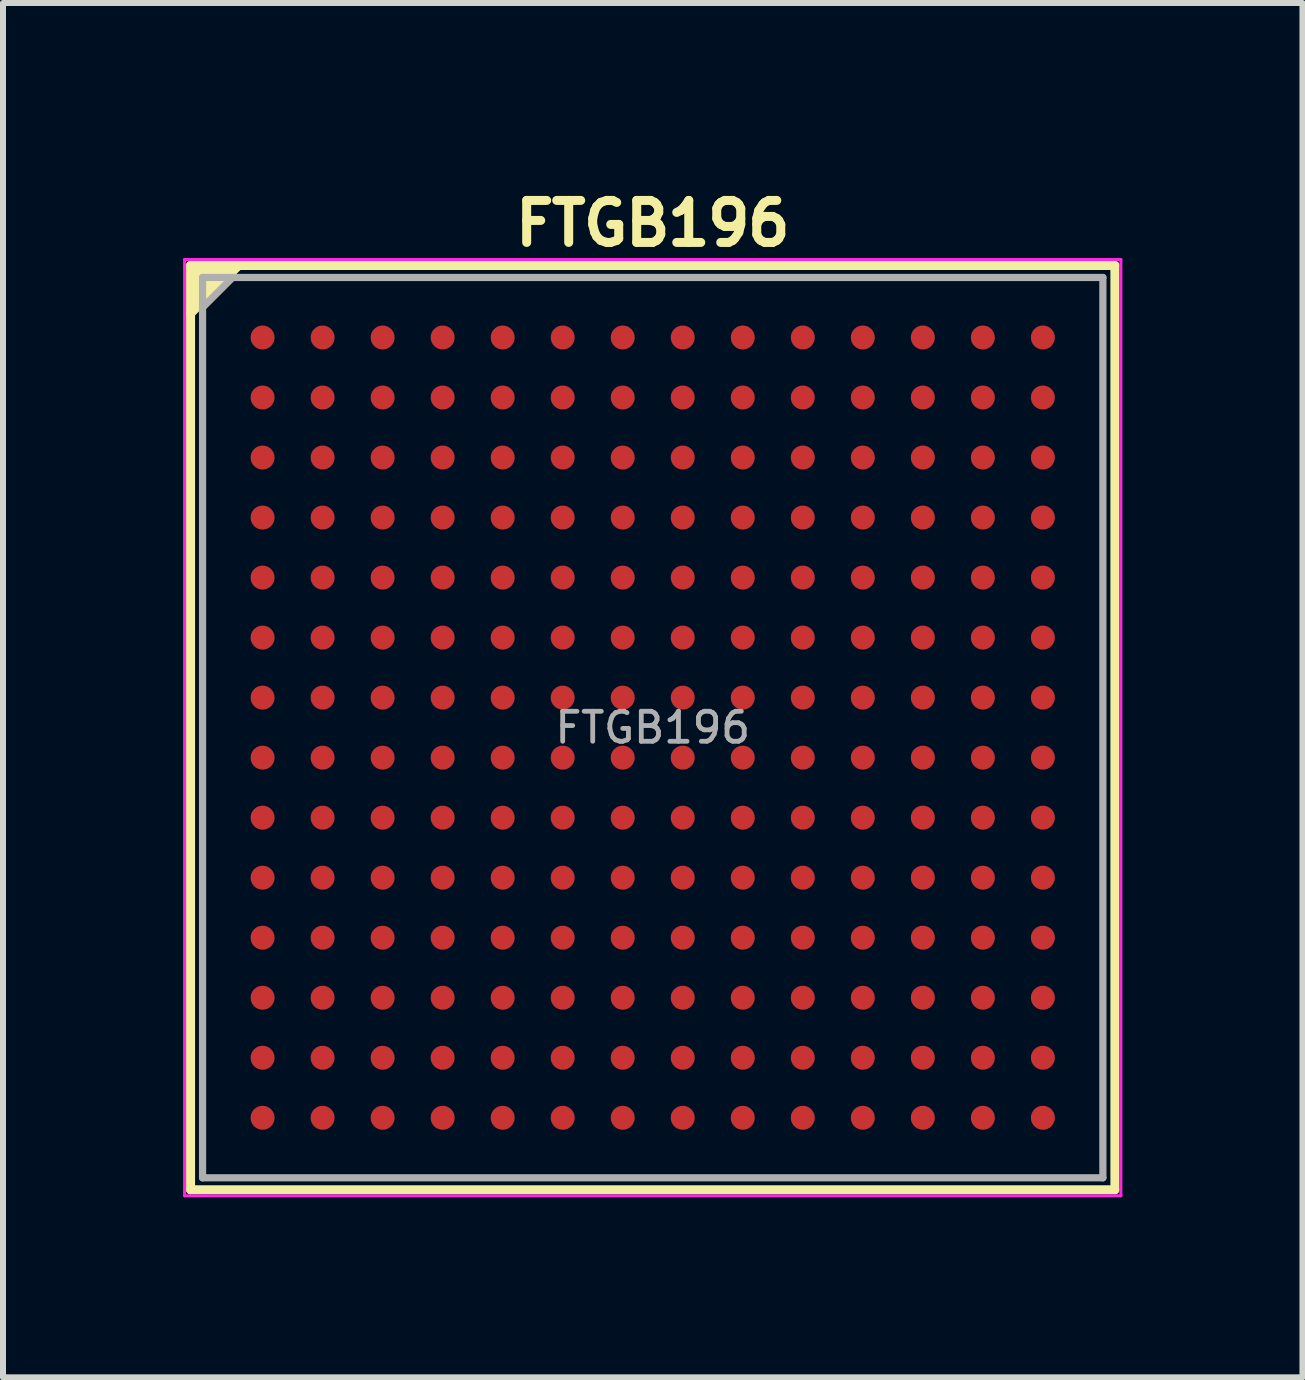
<source format=kicad_pcb>
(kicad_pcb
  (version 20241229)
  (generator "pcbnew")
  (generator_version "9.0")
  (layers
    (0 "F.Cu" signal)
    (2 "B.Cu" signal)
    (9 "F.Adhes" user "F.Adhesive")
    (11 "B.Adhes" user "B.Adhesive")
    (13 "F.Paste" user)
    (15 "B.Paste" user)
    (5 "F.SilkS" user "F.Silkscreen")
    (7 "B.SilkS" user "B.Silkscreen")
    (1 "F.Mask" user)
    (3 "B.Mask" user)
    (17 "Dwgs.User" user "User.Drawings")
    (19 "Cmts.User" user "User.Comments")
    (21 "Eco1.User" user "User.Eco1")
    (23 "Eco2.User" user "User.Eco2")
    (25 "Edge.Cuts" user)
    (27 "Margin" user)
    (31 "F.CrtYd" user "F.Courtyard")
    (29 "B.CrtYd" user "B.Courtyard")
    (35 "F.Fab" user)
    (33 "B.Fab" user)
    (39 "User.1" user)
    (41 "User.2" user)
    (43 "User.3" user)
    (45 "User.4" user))
  (footprint "FTGB196"
    (layer "F.Cu")
    (at 7.825 9.073)
    (property "Reference" "FTGB196" (at 0 -8.4 0) (layer "F.SilkS") (effects (font (size 0.7 0.7) (thickness 0.15))))
    (property "Value" "${VALUE}" (at 0 7.1 0) (layer "F.Fab") (hide yes) (effects (font (size 0.4 0.4) (thickness 0.07))))
    (attr through_hole)
    (fp_line (start -7.7 -7.7) (end -7.7 7.7) (stroke (width 0.15) (type solid)) (layer "F.SilkS"))
    (fp_line (start -7.7 7.7) (end 7.7 7.7) (stroke (width 0.15) (type solid)) (layer "F.SilkS"))
    (fp_line (start -6.9 -7.7) (end -7.7 -6.9) (stroke (width 0.15) (type solid)) (layer "F.SilkS"))
    (fp_line (start 7.7 -7.7) (end -7.7 -7.7) (stroke (width 0.15) (type solid)) (layer "F.SilkS"))
    (fp_line (start 7.7 7.7) (end 7.7 -7.7) (stroke (width 0.15) (type solid)) (layer "F.SilkS"))
    (fp_poly (pts (xy -7.7 -6.9) (xy -6.9 -7.7) (xy -7.7 -7.7)) (stroke (width 0.1) (type solid)) (fill yes) (layer "F.SilkS"))
    (fp_line (start -7.8 -7.8) (end 7.8 -7.8) (stroke (width 0.05) (type solid)) (layer "F.CrtYd"))
    (fp_line (start -7.8 7.8) (end -7.8 -7.8) (stroke (width 0.05) (type solid)) (layer "F.CrtYd"))
    (fp_line (start 7.8 -7.8) (end 7.8 7.8) (stroke (width 0.05) (type solid)) (layer "F.CrtYd"))
    (fp_line (start 7.8 7.8) (end -7.8 7.8) (stroke (width 0.05) (type solid)) (layer "F.CrtYd"))
    (fp_line (start -7.5 -7.5) (end 7.5 -7.5) (stroke (width 0.12) (type solid)) (layer "F.Fab"))
    (fp_line (start -7.5 7.5) (end -7.5 -7.5) (stroke (width 0.12) (type solid)) (layer "F.Fab"))
    (fp_line (start -7 -7.5) (end -7.5 -7) (stroke (width 0.12) (type solid)) (layer "F.Fab"))
    (fp_line (start 7.5 -7.5) (end 7.5 7.5) (stroke (width 0.12) (type solid)) (layer "F.Fab"))
    (fp_line (start 7.5 7.5) (end -7.5 7.5) (stroke (width 0.12) (type solid)) (layer "F.Fab"))
    (fp_poly (pts (xy -7.5 -7) (xy -7.5 -7.5) (xy -7 -7.5)) (stroke (width 0.1) (type solid)) (fill no) (layer "F.Fab"))
    (fp_text user "${REFERENCE}" (at 0 0 0) (layer "F.Fab") (effects (font (size 0.5 0.5) (thickness 0.08))))
    (pad "A1" smd circle (at -6.5 -6.5) (size 0.4 0.4) (layers "F.Cu" "F.Mask" "F.Paste"))
    (pad "A2" smd circle (at -5.5 -6.5) (size 0.4 0.4) (layers "F.Cu" "F.Mask" "F.Paste"))
    (pad "A3" smd circle (at -4.5 -6.5) (size 0.4 0.4) (layers "F.Cu" "F.Mask" "F.Paste"))
    (pad "A4" smd circle (at -3.5 -6.5) (size 0.4 0.4) (layers "F.Cu" "F.Mask" "F.Paste"))
    (pad "A5" smd circle (at -2.5 -6.5) (size 0.4 0.4) (layers "F.Cu" "F.Mask" "F.Paste"))
    (pad "A6" smd circle (at -1.5 -6.5) (size 0.4 0.4) (layers "F.Cu" "F.Mask" "F.Paste"))
    (pad "A7" smd circle (at -0.5 -6.5) (size 0.4 0.4) (layers "F.Cu" "F.Mask" "F.Paste"))
    (pad "A8" smd circle (at 0.5 -6.5) (size 0.4 0.4) (layers "F.Cu" "F.Mask" "F.Paste"))
    (pad "A9" smd circle (at 1.5 -6.5) (size 0.4 0.4) (layers "F.Cu" "F.Mask" "F.Paste"))
    (pad "A10" smd circle (at 2.5 -6.5) (size 0.4 0.4) (layers "F.Cu" "F.Mask" "F.Paste"))
    (pad "A11" smd circle (at 3.5 -6.5) (size 0.4 0.4) (layers "F.Cu" "F.Mask" "F.Paste"))
    (pad "A12" smd circle (at 4.5 -6.5) (size 0.4 0.4) (layers "F.Cu" "F.Mask" "F.Paste"))
    (pad "A13" smd circle (at 5.5 -6.5) (size 0.4 0.4) (layers "F.Cu" "F.Mask" "F.Paste"))
    (pad "A14" smd circle (at 6.5 -6.5) (size 0.4 0.4) (layers "F.Cu" "F.Mask" "F.Paste"))
    (pad "B1" smd circle (at -6.5 -5.5) (size 0.4 0.4) (layers "F.Cu" "F.Mask" "F.Paste"))
    (pad "B2" smd circle (at -5.5 -5.5) (size 0.4 0.4) (layers "F.Cu" "F.Mask" "F.Paste"))
    (pad "B3" smd circle (at -4.5 -5.5) (size 0.4 0.4) (layers "F.Cu" "F.Mask" "F.Paste"))
    (pad "B4" smd circle (at -3.5 -5.5) (size 0.4 0.4) (layers "F.Cu" "F.Mask" "F.Paste"))
    (pad "B5" smd circle (at -2.5 -5.5) (size 0.4 0.4) (layers "F.Cu" "F.Mask" "F.Paste"))
    (pad "B6" smd circle (at -1.5 -5.5) (size 0.4 0.4) (layers "F.Cu" "F.Mask" "F.Paste"))
    (pad "B7" smd circle (at -0.5 -5.5) (size 0.4 0.4) (layers "F.Cu" "F.Mask" "F.Paste"))
    (pad "B8" smd circle (at 0.5 -5.5) (size 0.4 0.4) (layers "F.Cu" "F.Mask" "F.Paste"))
    (pad "B9" smd circle (at 1.5 -5.5) (size 0.4 0.4) (layers "F.Cu" "F.Mask" "F.Paste"))
    (pad "B10" smd circle (at 2.5 -5.5) (size 0.4 0.4) (layers "F.Cu" "F.Mask" "F.Paste"))
    (pad "B11" smd circle (at 3.5 -5.5) (size 0.4 0.4) (layers "F.Cu" "F.Mask" "F.Paste"))
    (pad "B12" smd circle (at 4.5 -5.5) (size 0.4 0.4) (layers "F.Cu" "F.Mask" "F.Paste"))
    (pad "B13" smd circle (at 5.5 -5.5) (size 0.4 0.4) (layers "F.Cu" "F.Mask" "F.Paste"))
    (pad "B14" smd circle (at 6.5 -5.5) (size 0.4 0.4) (layers "F.Cu" "F.Mask" "F.Paste"))
    (pad "C1" smd circle (at -6.5 -4.5) (size 0.4 0.4) (layers "F.Cu" "F.Mask" "F.Paste"))
    (pad "C2" smd circle (at -5.5 -4.5) (size 0.4 0.4) (layers "F.Cu" "F.Mask" "F.Paste"))
    (pad "C3" smd circle (at -4.5 -4.5) (size 0.4 0.4) (layers "F.Cu" "F.Mask" "F.Paste"))
    (pad "C4" smd circle (at -3.5 -4.5) (size 0.4 0.4) (layers "F.Cu" "F.Mask" "F.Paste"))
    (pad "C5" smd circle (at -2.5 -4.5) (size 0.4 0.4) (layers "F.Cu" "F.Mask" "F.Paste"))
    (pad "C6" smd circle (at -1.5 -4.5) (size 0.4 0.4) (layers "F.Cu" "F.Mask" "F.Paste"))
    (pad "C7" smd circle (at -0.5 -4.5) (size 0.4 0.4) (layers "F.Cu" "F.Mask" "F.Paste"))
    (pad "C8" smd circle (at 0.5 -4.5) (size 0.4 0.4) (layers "F.Cu" "F.Mask" "F.Paste"))
    (pad "C9" smd circle (at 1.5 -4.5) (size 0.4 0.4) (layers "F.Cu" "F.Mask" "F.Paste"))
    (pad "C10" smd circle (at 2.5 -4.5) (size 0.4 0.4) (layers "F.Cu" "F.Mask" "F.Paste"))
    (pad "C11" smd circle (at 3.5 -4.5) (size 0.4 0.4) (layers "F.Cu" "F.Mask" "F.Paste"))
    (pad "C12" smd circle (at 4.5 -4.5) (size 0.4 0.4) (layers "F.Cu" "F.Mask" "F.Paste"))
    (pad "C13" smd circle (at 5.5 -4.5) (size 0.4 0.4) (layers "F.Cu" "F.Mask" "F.Paste"))
    (pad "C14" smd circle (at 6.5 -4.5) (size 0.4 0.4) (layers "F.Cu" "F.Mask" "F.Paste"))
    (pad "D1" smd circle (at -6.5 -3.5) (size 0.4 0.4) (layers "F.Cu" "F.Mask" "F.Paste"))
    (pad "D2" smd circle (at -5.5 -3.5) (size 0.4 0.4) (layers "F.Cu" "F.Mask" "F.Paste"))
    (pad "D3" smd circle (at -4.5 -3.5) (size 0.4 0.4) (layers "F.Cu" "F.Mask" "F.Paste"))
    (pad "D4" smd circle (at -3.5 -3.5) (size 0.4 0.4) (layers "F.Cu" "F.Mask" "F.Paste"))
    (pad "D5" smd circle (at -2.5 -3.5) (size 0.4 0.4) (layers "F.Cu" "F.Mask" "F.Paste"))
    (pad "D6" smd circle (at -1.5 -3.5) (size 0.4 0.4) (layers "F.Cu" "F.Mask" "F.Paste"))
    (pad "D7" smd circle (at -0.5 -3.5) (size 0.4 0.4) (layers "F.Cu" "F.Mask" "F.Paste"))
    (pad "D8" smd circle (at 0.5 -3.5) (size 0.4 0.4) (layers "F.Cu" "F.Mask" "F.Paste"))
    (pad "D9" smd circle (at 1.5 -3.5) (size 0.4 0.4) (layers "F.Cu" "F.Mask" "F.Paste"))
    (pad "D10" smd circle (at 2.5 -3.5) (size 0.4 0.4) (layers "F.Cu" "F.Mask" "F.Paste"))
    (pad "D11" smd circle (at 3.5 -3.5) (size 0.4 0.4) (layers "F.Cu" "F.Mask" "F.Paste"))
    (pad "D12" smd circle (at 4.5 -3.5) (size 0.4 0.4) (layers "F.Cu" "F.Mask" "F.Paste"))
    (pad "D13" smd circle (at 5.5 -3.5) (size 0.4 0.4) (layers "F.Cu" "F.Mask" "F.Paste"))
    (pad "D14" smd circle (at 6.5 -3.5) (size 0.4 0.4) (layers "F.Cu" "F.Mask" "F.Paste"))
    (pad "E1" smd circle (at -6.5 -2.5) (size 0.4 0.4) (layers "F.Cu" "F.Mask" "F.Paste"))
    (pad "E2" smd circle (at -5.5 -2.5) (size 0.4 0.4) (layers "F.Cu" "F.Mask" "F.Paste"))
    (pad "E3" smd circle (at -4.5 -2.5) (size 0.4 0.4) (layers "F.Cu" "F.Mask" "F.Paste"))
    (pad "E4" smd circle (at -3.5 -2.5) (size 0.4 0.4) (layers "F.Cu" "F.Mask" "F.Paste"))
    (pad "E5" smd circle (at -2.5 -2.5) (size 0.4 0.4) (layers "F.Cu" "F.Mask" "F.Paste"))
    (pad "E6" smd circle (at -1.5 -2.5) (size 0.4 0.4) (layers "F.Cu" "F.Mask" "F.Paste"))
    (pad "E7" smd circle (at -0.5 -2.5) (size 0.4 0.4) (layers "F.Cu" "F.Mask" "F.Paste"))
    (pad "E8" smd circle (at 0.5 -2.5) (size 0.4 0.4) (layers "F.Cu" "F.Mask" "F.Paste"))
    (pad "E9" smd circle (at 1.5 -2.5) (size 0.4 0.4) (layers "F.Cu" "F.Mask" "F.Paste"))
    (pad "E10" smd circle (at 2.5 -2.5) (size 0.4 0.4) (layers "F.Cu" "F.Mask" "F.Paste"))
    (pad "E11" smd circle (at 3.5 -2.5) (size 0.4 0.4) (layers "F.Cu" "F.Mask" "F.Paste"))
    (pad "E12" smd circle (at 4.5 -2.5) (size 0.4 0.4) (layers "F.Cu" "F.Mask" "F.Paste"))
    (pad "E13" smd circle (at 5.5 -2.5) (size 0.4 0.4) (layers "F.Cu" "F.Mask" "F.Paste"))
    (pad "E14" smd circle (at 6.5 -2.5) (size 0.4 0.4) (layers "F.Cu" "F.Mask" "F.Paste"))
    (pad "F1" smd circle (at -6.5 -1.5) (size 0.4 0.4) (layers "F.Cu" "F.Mask" "F.Paste"))
    (pad "F2" smd circle (at -5.5 -1.5) (size 0.4 0.4) (layers "F.Cu" "F.Mask" "F.Paste"))
    (pad "F3" smd circle (at -4.5 -1.5) (size 0.4 0.4) (layers "F.Cu" "F.Mask" "F.Paste"))
    (pad "F4" smd circle (at -3.5 -1.5) (size 0.4 0.4) (layers "F.Cu" "F.Mask" "F.Paste"))
    (pad "F5" smd circle (at -2.5 -1.5) (size 0.4 0.4) (layers "F.Cu" "F.Mask" "F.Paste"))
    (pad "F6" smd circle (at -1.5 -1.5) (size 0.4 0.4) (layers "F.Cu" "F.Mask" "F.Paste"))
    (pad "F7" smd circle (at -0.5 -1.5) (size 0.4 0.4) (layers "F.Cu" "F.Mask" "F.Paste"))
    (pad "F8" smd circle (at 0.5 -1.5) (size 0.4 0.4) (layers "F.Cu" "F.Mask" "F.Paste"))
    (pad "F9" smd circle (at 1.5 -1.5) (size 0.4 0.4) (layers "F.Cu" "F.Mask" "F.Paste"))
    (pad "F10" smd circle (at 2.5 -1.5) (size 0.4 0.4) (layers "F.Cu" "F.Mask" "F.Paste"))
    (pad "F11" smd circle (at 3.5 -1.5) (size 0.4 0.4) (layers "F.Cu" "F.Mask" "F.Paste"))
    (pad "F12" smd circle (at 4.5 -1.5) (size 0.4 0.4) (layers "F.Cu" "F.Mask" "F.Paste"))
    (pad "F13" smd circle (at 5.5 -1.5) (size 0.4 0.4) (layers "F.Cu" "F.Mask" "F.Paste"))
    (pad "F14" smd circle (at 6.5 -1.5) (size 0.4 0.4) (layers "F.Cu" "F.Mask" "F.Paste"))
    (pad "G1" smd circle (at -6.5 -0.5) (size 0.4 0.4) (layers "F.Cu" "F.Mask" "F.Paste"))
    (pad "G2" smd circle (at -5.5 -0.5) (size 0.4 0.4) (layers "F.Cu" "F.Mask" "F.Paste"))
    (pad "G3" smd circle (at -4.5 -0.5) (size 0.4 0.4) (layers "F.Cu" "F.Mask" "F.Paste"))
    (pad "G4" smd circle (at -3.5 -0.5) (size 0.4 0.4) (layers "F.Cu" "F.Mask" "F.Paste"))
    (pad "G5" smd circle (at -2.5 -0.5) (size 0.4 0.4) (layers "F.Cu" "F.Mask" "F.Paste"))
    (pad "G6" smd circle (at -1.5 -0.5) (size 0.4 0.4) (layers "F.Cu" "F.Mask" "F.Paste"))
    (pad "G7" smd circle (at -0.5 -0.5) (size 0.4 0.4) (layers "F.Cu" "F.Mask" "F.Paste"))
    (pad "G8" smd circle (at 0.5 -0.5) (size 0.4 0.4) (layers "F.Cu" "F.Mask" "F.Paste"))
    (pad "G9" smd circle (at 1.5 -0.5) (size 0.4 0.4) (layers "F.Cu" "F.Mask" "F.Paste"))
    (pad "G10" smd circle (at 2.5 -0.5) (size 0.4 0.4) (layers "F.Cu" "F.Mask" "F.Paste"))
    (pad "G11" smd circle (at 3.5 -0.5) (size 0.4 0.4) (layers "F.Cu" "F.Mask" "F.Paste"))
    (pad "G12" smd circle (at 4.5 -0.5) (size 0.4 0.4) (layers "F.Cu" "F.Mask" "F.Paste"))
    (pad "G13" smd circle (at 5.5 -0.5) (size 0.4 0.4) (layers "F.Cu" "F.Mask" "F.Paste"))
    (pad "G14" smd circle (at 6.5 -0.5) (size 0.4 0.4) (layers "F.Cu" "F.Mask" "F.Paste"))
    (pad "H1" smd circle (at -6.5 0.5) (size 0.4 0.4) (layers "F.Cu" "F.Mask" "F.Paste"))
    (pad "H2" smd circle (at -5.5 0.5) (size 0.4 0.4) (layers "F.Cu" "F.Mask" "F.Paste"))
    (pad "H3" smd circle (at -4.5 0.5) (size 0.4 0.4) (layers "F.Cu" "F.Mask" "F.Paste"))
    (pad "H4" smd circle (at -3.5 0.5) (size 0.4 0.4) (layers "F.Cu" "F.Mask" "F.Paste"))
    (pad "H5" smd circle (at -2.5 0.5) (size 0.4 0.4) (layers "F.Cu" "F.Mask" "F.Paste"))
    (pad "H6" smd circle (at -1.5 0.5) (size 0.4 0.4) (layers "F.Cu" "F.Mask" "F.Paste"))
    (pad "H7" smd circle (at -0.5 0.5) (size 0.4 0.4) (layers "F.Cu" "F.Mask" "F.Paste"))
    (pad "H8" smd circle (at 0.5 0.5) (size 0.4 0.4) (layers "F.Cu" "F.Mask" "F.Paste"))
    (pad "H9" smd circle (at 1.5 0.5) (size 0.4 0.4) (layers "F.Cu" "F.Mask" "F.Paste"))
    (pad "H10" smd circle (at 2.5 0.5) (size 0.4 0.4) (layers "F.Cu" "F.Mask" "F.Paste"))
    (pad "H11" smd circle (at 3.5 0.5) (size 0.4 0.4) (layers "F.Cu" "F.Mask" "F.Paste"))
    (pad "H12" smd circle (at 4.5 0.5) (size 0.4 0.4) (layers "F.Cu" "F.Mask" "F.Paste"))
    (pad "H13" smd circle (at 5.5 0.5) (size 0.4 0.4) (layers "F.Cu" "F.Mask" "F.Paste"))
    (pad "H14" smd circle (at 6.5 0.5) (size 0.4 0.4) (layers "F.Cu" "F.Mask" "F.Paste"))
    (pad "J1" smd circle (at -6.5 1.5) (size 0.4 0.4) (layers "F.Cu" "F.Mask" "F.Paste"))
    (pad "J2" smd circle (at -5.5 1.5) (size 0.4 0.4) (layers "F.Cu" "F.Mask" "F.Paste"))
    (pad "J3" smd circle (at -4.5 1.5) (size 0.4 0.4) (layers "F.Cu" "F.Mask" "F.Paste"))
    (pad "J4" smd circle (at -3.5 1.5) (size 0.4 0.4) (layers "F.Cu" "F.Mask" "F.Paste"))
    (pad "J5" smd circle (at -2.5 1.5) (size 0.4 0.4) (layers "F.Cu" "F.Mask" "F.Paste"))
    (pad "J6" smd circle (at -1.5 1.5) (size 0.4 0.4) (layers "F.Cu" "F.Mask" "F.Paste"))
    (pad "J7" smd circle (at -0.5 1.5) (size 0.4 0.4) (layers "F.Cu" "F.Mask" "F.Paste"))
    (pad "J8" smd circle (at 0.5 1.5) (size 0.4 0.4) (layers "F.Cu" "F.Mask" "F.Paste"))
    (pad "J9" smd circle (at 1.5 1.5) (size 0.4 0.4) (layers "F.Cu" "F.Mask" "F.Paste"))
    (pad "J10" smd circle (at 2.5 1.5) (size 0.4 0.4) (layers "F.Cu" "F.Mask" "F.Paste"))
    (pad "J11" smd circle (at 3.5 1.5) (size 0.4 0.4) (layers "F.Cu" "F.Mask" "F.Paste"))
    (pad "J12" smd circle (at 4.5 1.5) (size 0.4 0.4) (layers "F.Cu" "F.Mask" "F.Paste"))
    (pad "J13" smd circle (at 5.5 1.5) (size 0.4 0.4) (layers "F.Cu" "F.Mask" "F.Paste"))
    (pad "J14" smd circle (at 6.5 1.5) (size 0.4 0.4) (layers "F.Cu" "F.Mask" "F.Paste"))
    (pad "K1" smd circle (at -6.5 2.5) (size 0.4 0.4) (layers "F.Cu" "F.Mask" "F.Paste"))
    (pad "K2" smd circle (at -5.5 2.5) (size 0.4 0.4) (layers "F.Cu" "F.Mask" "F.Paste"))
    (pad "K3" smd circle (at -4.5 2.5) (size 0.4 0.4) (layers "F.Cu" "F.Mask" "F.Paste"))
    (pad "K4" smd circle (at -3.5 2.5) (size 0.4 0.4) (layers "F.Cu" "F.Mask" "F.Paste"))
    (pad "K5" smd circle (at -2.5 2.5) (size 0.4 0.4) (layers "F.Cu" "F.Mask" "F.Paste"))
    (pad "K6" smd circle (at -1.5 2.5) (size 0.4 0.4) (layers "F.Cu" "F.Mask" "F.Paste"))
    (pad "K7" smd circle (at -0.5 2.5) (size 0.4 0.4) (layers "F.Cu" "F.Mask" "F.Paste"))
    (pad "K8" smd circle (at 0.5 2.5) (size 0.4 0.4) (layers "F.Cu" "F.Mask" "F.Paste"))
    (pad "K9" smd circle (at 1.5 2.5) (size 0.4 0.4) (layers "F.Cu" "F.Mask" "F.Paste"))
    (pad "K10" smd circle (at 2.5 2.5) (size 0.4 0.4) (layers "F.Cu" "F.Mask" "F.Paste"))
    (pad "K11" smd circle (at 3.5 2.5) (size 0.4 0.4) (layers "F.Cu" "F.Mask" "F.Paste"))
    (pad "K12" smd circle (at 4.5 2.5) (size 0.4 0.4) (layers "F.Cu" "F.Mask" "F.Paste"))
    (pad "K13" smd circle (at 5.5 2.5) (size 0.4 0.4) (layers "F.Cu" "F.Mask" "F.Paste"))
    (pad "K14" smd circle (at 6.5 2.5) (size 0.4 0.4) (layers "F.Cu" "F.Mask" "F.Paste"))
    (pad "L1" smd circle (at -6.5 3.5) (size 0.4 0.4) (layers "F.Cu" "F.Mask" "F.Paste"))
    (pad "L2" smd circle (at -5.5 3.5) (size 0.4 0.4) (layers "F.Cu" "F.Mask" "F.Paste"))
    (pad "L3" smd circle (at -4.5 3.5) (size 0.4 0.4) (layers "F.Cu" "F.Mask" "F.Paste"))
    (pad "L4" smd circle (at -3.5 3.5) (size 0.4 0.4) (layers "F.Cu" "F.Mask" "F.Paste"))
    (pad "L5" smd circle (at -2.5 3.5) (size 0.4 0.4) (layers "F.Cu" "F.Mask" "F.Paste"))
    (pad "L6" smd circle (at -1.5 3.5) (size 0.4 0.4) (layers "F.Cu" "F.Mask" "F.Paste"))
    (pad "L7" smd circle (at -0.5 3.5) (size 0.4 0.4) (layers "F.Cu" "F.Mask" "F.Paste"))
    (pad "L8" smd circle (at 0.5 3.5) (size 0.4 0.4) (layers "F.Cu" "F.Mask" "F.Paste"))
    (pad "L9" smd circle (at 1.5 3.5) (size 0.4 0.4) (layers "F.Cu" "F.Mask" "F.Paste"))
    (pad "L10" smd circle (at 2.5 3.5) (size 0.4 0.4) (layers "F.Cu" "F.Mask" "F.Paste"))
    (pad "L11" smd circle (at 3.5 3.5) (size 0.4 0.4) (layers "F.Cu" "F.Mask" "F.Paste"))
    (pad "L12" smd circle (at 4.5 3.5) (size 0.4 0.4) (layers "F.Cu" "F.Mask" "F.Paste"))
    (pad "L13" smd circle (at 5.5 3.5) (size 0.4 0.4) (layers "F.Cu" "F.Mask" "F.Paste"))
    (pad "L14" smd circle (at 6.5 3.5) (size 0.4 0.4) (layers "F.Cu" "F.Mask" "F.Paste"))
    (pad "M1" smd circle (at -6.5 4.5) (size 0.4 0.4) (layers "F.Cu" "F.Mask" "F.Paste"))
    (pad "M2" smd circle (at -5.5 4.5) (size 0.4 0.4) (layers "F.Cu" "F.Mask" "F.Paste"))
    (pad "M3" smd circle (at -4.5 4.5) (size 0.4 0.4) (layers "F.Cu" "F.Mask" "F.Paste"))
    (pad "M4" smd circle (at -3.5 4.5) (size 0.4 0.4) (layers "F.Cu" "F.Mask" "F.Paste"))
    (pad "M5" smd circle (at -2.5 4.5) (size 0.4 0.4) (layers "F.Cu" "F.Mask" "F.Paste"))
    (pad "M6" smd circle (at -1.5 4.5) (size 0.4 0.4) (layers "F.Cu" "F.Mask" "F.Paste"))
    (pad "M7" smd circle (at -0.5 4.5) (size 0.4 0.4) (layers "F.Cu" "F.Mask" "F.Paste"))
    (pad "M8" smd circle (at 0.5 4.5) (size 0.4 0.4) (layers "F.Cu" "F.Mask" "F.Paste"))
    (pad "M9" smd circle (at 1.5 4.5) (size 0.4 0.4) (layers "F.Cu" "F.Mask" "F.Paste"))
    (pad "M10" smd circle (at 2.5 4.5) (size 0.4 0.4) (layers "F.Cu" "F.Mask" "F.Paste"))
    (pad "M11" smd circle (at 3.5 4.5) (size 0.4 0.4) (layers "F.Cu" "F.Mask" "F.Paste"))
    (pad "M12" smd circle (at 4.5 4.5) (size 0.4 0.4) (layers "F.Cu" "F.Mask" "F.Paste"))
    (pad "M13" smd circle (at 5.5 4.5) (size 0.4 0.4) (layers "F.Cu" "F.Mask" "F.Paste"))
    (pad "M14" smd circle (at 6.5 4.5) (size 0.4 0.4) (layers "F.Cu" "F.Mask" "F.Paste"))
    (pad "N1" smd circle (at -6.5 5.5) (size 0.4 0.4) (layers "F.Cu" "F.Mask" "F.Paste"))
    (pad "N2" smd circle (at -5.5 5.5) (size 0.4 0.4) (layers "F.Cu" "F.Mask" "F.Paste"))
    (pad "N3" smd circle (at -4.5 5.5) (size 0.4 0.4) (layers "F.Cu" "F.Mask" "F.Paste"))
    (pad "N4" smd circle (at -3.5 5.5) (size 0.4 0.4) (layers "F.Cu" "F.Mask" "F.Paste"))
    (pad "N5" smd circle (at -2.5 5.5) (size 0.4 0.4) (layers "F.Cu" "F.Mask" "F.Paste"))
    (pad "N6" smd circle (at -1.5 5.5) (size 0.4 0.4) (layers "F.Cu" "F.Mask" "F.Paste"))
    (pad "N7" smd circle (at -0.5 5.5) (size 0.4 0.4) (layers "F.Cu" "F.Mask" "F.Paste"))
    (pad "N8" smd circle (at 0.5 5.5) (size 0.4 0.4) (layers "F.Cu" "F.Mask" "F.Paste"))
    (pad "N9" smd circle (at 1.5 5.5) (size 0.4 0.4) (layers "F.Cu" "F.Mask" "F.Paste"))
    (pad "N10" smd circle (at 2.5 5.5) (size 0.4 0.4) (layers "F.Cu" "F.Mask" "F.Paste"))
    (pad "N11" smd circle (at 3.5 5.5) (size 0.4 0.4) (layers "F.Cu" "F.Mask" "F.Paste"))
    (pad "N12" smd circle (at 4.5 5.5) (size 0.4 0.4) (layers "F.Cu" "F.Mask" "F.Paste"))
    (pad "N13" smd circle (at 5.5 5.5) (size 0.4 0.4) (layers "F.Cu" "F.Mask" "F.Paste"))
    (pad "N14" smd circle (at 6.5 5.5) (size 0.4 0.4) (layers "F.Cu" "F.Mask" "F.Paste"))
    (pad "P1" smd circle (at -6.5 6.5) (size 0.4 0.4) (layers "F.Cu" "F.Mask" "F.Paste"))
    (pad "P2" smd circle (at -5.5 6.5) (size 0.4 0.4) (layers "F.Cu" "F.Mask" "F.Paste"))
    (pad "P3" smd circle (at -4.5 6.5) (size 0.4 0.4) (layers "F.Cu" "F.Mask" "F.Paste"))
    (pad "P4" smd circle (at -3.5 6.5) (size 0.4 0.4) (layers "F.Cu" "F.Mask" "F.Paste"))
    (pad "P5" smd circle (at -2.5 6.5) (size 0.4 0.4) (layers "F.Cu" "F.Mask" "F.Paste"))
    (pad "P6" smd circle (at -1.5 6.5) (size 0.4 0.4) (layers "F.Cu" "F.Mask" "F.Paste"))
    (pad "P7" smd circle (at -0.5 6.5) (size 0.4 0.4) (layers "F.Cu" "F.Mask" "F.Paste"))
    (pad "P8" smd circle (at 0.5 6.5) (size 0.4 0.4) (layers "F.Cu" "F.Mask" "F.Paste"))
    (pad "P9" smd circle (at 1.5 6.5) (size 0.4 0.4) (layers "F.Cu" "F.Mask" "F.Paste"))
    (pad "P10" smd circle (at 2.5 6.5) (size 0.4 0.4) (layers "F.Cu" "F.Mask" "F.Paste"))
    (pad "P11" smd circle (at 3.5 6.5) (size 0.4 0.4) (layers "F.Cu" "F.Mask" "F.Paste"))
    (pad "P12" smd circle (at 4.5 6.5) (size 0.4 0.4) (layers "F.Cu" "F.Mask" "F.Paste"))
    (pad "P13" smd circle (at 5.5 6.5) (size 0.4 0.4) (layers "F.Cu" "F.Mask" "F.Paste"))
    (pad "P14" smd circle (at 6.5 6.5) (size 0.4 0.4) (layers "F.Cu" "F.Mask" "F.Paste")))
  (gr_rect
    (start -3 -3)
    (end 18.65 19.898)
    (stroke (width 0.1) (type default))
    (fill no)
    (layer "Edge.Cuts")))
</source>
